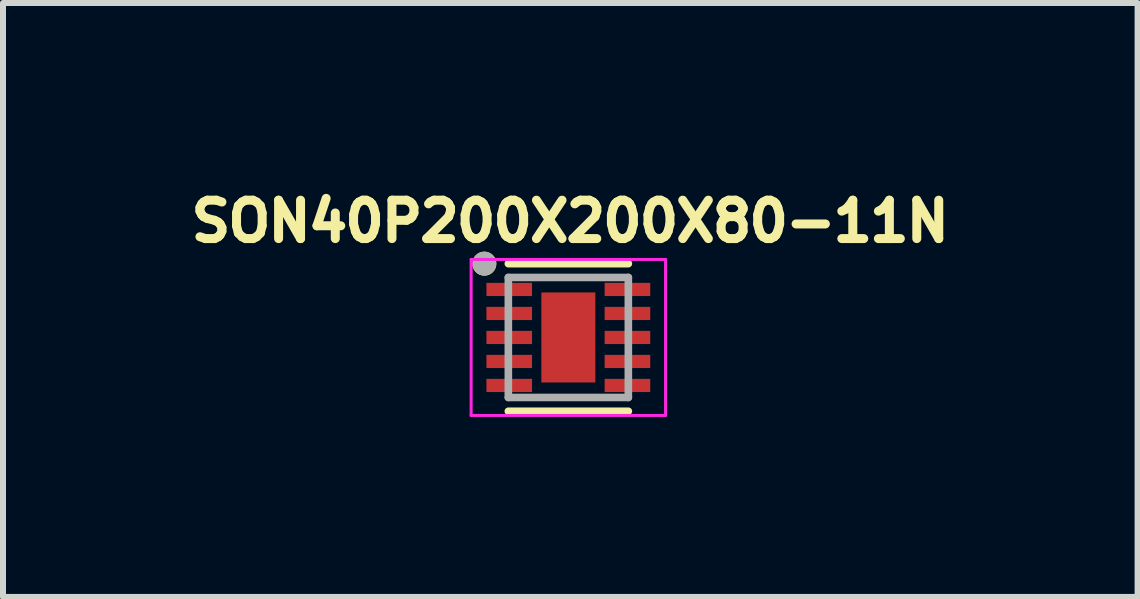
<source format=kicad_pcb>
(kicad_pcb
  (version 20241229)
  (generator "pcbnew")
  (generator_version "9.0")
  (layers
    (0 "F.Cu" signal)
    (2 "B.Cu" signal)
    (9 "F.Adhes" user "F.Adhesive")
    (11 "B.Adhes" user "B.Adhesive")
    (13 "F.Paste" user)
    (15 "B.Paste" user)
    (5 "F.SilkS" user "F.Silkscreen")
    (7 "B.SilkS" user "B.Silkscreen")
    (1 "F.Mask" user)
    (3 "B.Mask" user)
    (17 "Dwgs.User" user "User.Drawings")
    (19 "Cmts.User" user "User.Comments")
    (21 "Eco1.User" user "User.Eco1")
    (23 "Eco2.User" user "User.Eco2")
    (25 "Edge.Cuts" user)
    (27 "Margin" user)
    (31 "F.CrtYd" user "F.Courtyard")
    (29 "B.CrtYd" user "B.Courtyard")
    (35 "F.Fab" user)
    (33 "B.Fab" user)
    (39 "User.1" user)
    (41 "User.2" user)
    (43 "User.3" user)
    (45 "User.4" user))
  (footprint "SON40P200X200X80-11N"
    (layer "F.Cu")
    (at 6.422 2.574)
    (property "Reference" "SON40P200X200X80-11N" (at 0.032 -1.936 0) (layer "F.SilkS") (effects (font (size 0.64 0.64) (thickness 0.15))))
    (attr through_hole)
    (fp_line (start -1 -1.23) (end 1 -1.23) (stroke (width 0.127) (type solid)) (layer "F.SilkS"))
    (fp_line (start -1 1.23) (end 1 1.23) (stroke (width 0.127) (type solid)) (layer "F.SilkS"))
    (fp_circle (center -1.4 -1.23) (end -1.3 -1.23) (stroke (width 0.2) (type solid)) (fill no) (layer "F.SilkS"))
    (fp_poly (pts (xy -0.285 -0.475) (xy 0.285 -0.475) (xy 0.285 0.475) (xy -0.285 0.475)) (stroke (width 0.01) (type solid)) (fill yes) (layer "F.Paste"))
    (fp_line (start -1.62 -1.3) (end 1.62 -1.3) (stroke (width 0.05) (type solid)) (layer "F.CrtYd"))
    (fp_line (start -1.62 1.3) (end -1.62 -1.3) (stroke (width 0.05) (type solid)) (layer "F.CrtYd"))
    (fp_line (start 1.62 -1.3) (end 1.62 1.3) (stroke (width 0.05) (type solid)) (layer "F.CrtYd"))
    (fp_line (start 1.62 1.3) (end -1.62 1.3) (stroke (width 0.05) (type solid)) (layer "F.CrtYd"))
    (fp_line (start -1 -1) (end 1 -1) (stroke (width 0.127) (type solid)) (layer "F.Fab"))
    (fp_line (start -1 1) (end -1 -1) (stroke (width 0.127) (type solid)) (layer "F.Fab"))
    (fp_line (start 1 -1) (end 1 1) (stroke (width 0.127) (type solid)) (layer "F.Fab"))
    (fp_line (start 1 1) (end -1 1) (stroke (width 0.127) (type solid)) (layer "F.Fab"))
    (fp_circle (center -1.4 -1.23) (end -1.3 -1.23) (stroke (width 0.2) (type solid)) (fill no) (layer "F.Fab"))
    (pad "1" smd rect (at -0.985 -0.8) (size 0.76 0.22) (layers "F.Cu" "F.Mask" "F.Paste"))
    (pad "2" smd rect (at -0.985 -0.4) (size 0.76 0.22) (layers "F.Cu" "F.Mask" "F.Paste"))
    (pad "3" smd rect (at -0.985 0) (size 0.76 0.22) (layers "F.Cu" "F.Mask" "F.Paste"))
    (pad "4" smd rect (at -0.985 0.4) (size 0.76 0.22) (layers "F.Cu" "F.Mask" "F.Paste"))
    (pad "5" smd rect (at -0.985 0.8) (size 0.76 0.22) (layers "F.Cu" "F.Mask" "F.Paste"))
    (pad "6" smd rect (at 0.985 0.8) (size 0.76 0.22) (layers "F.Cu" "F.Mask" "F.Paste"))
    (pad "7" smd rect (at 0.985 0.4) (size 0.76 0.22) (layers "F.Cu" "F.Mask" "F.Paste"))
    (pad "8" smd rect (at 0.985 0) (size 0.76 0.22) (layers "F.Cu" "F.Mask" "F.Paste"))
    (pad "9" smd rect (at 0.985 -0.4) (size 0.76 0.22) (layers "F.Cu" "F.Mask" "F.Paste"))
    (pad "10" smd rect (at 0.985 -0.8) (size 0.76 0.22) (layers "F.Cu" "F.Mask" "F.Paste"))
    (pad "11" smd rect (at 0 0) (size 0.9 1.5) (layers "F.Cu" "F.Mask")))
  (gr_rect
    (start -3 -3)
    (end 15.909 6.899)
    (stroke (width 0.1) (type default))
    (fill no)
    (layer "Edge.Cuts")))
</source>
